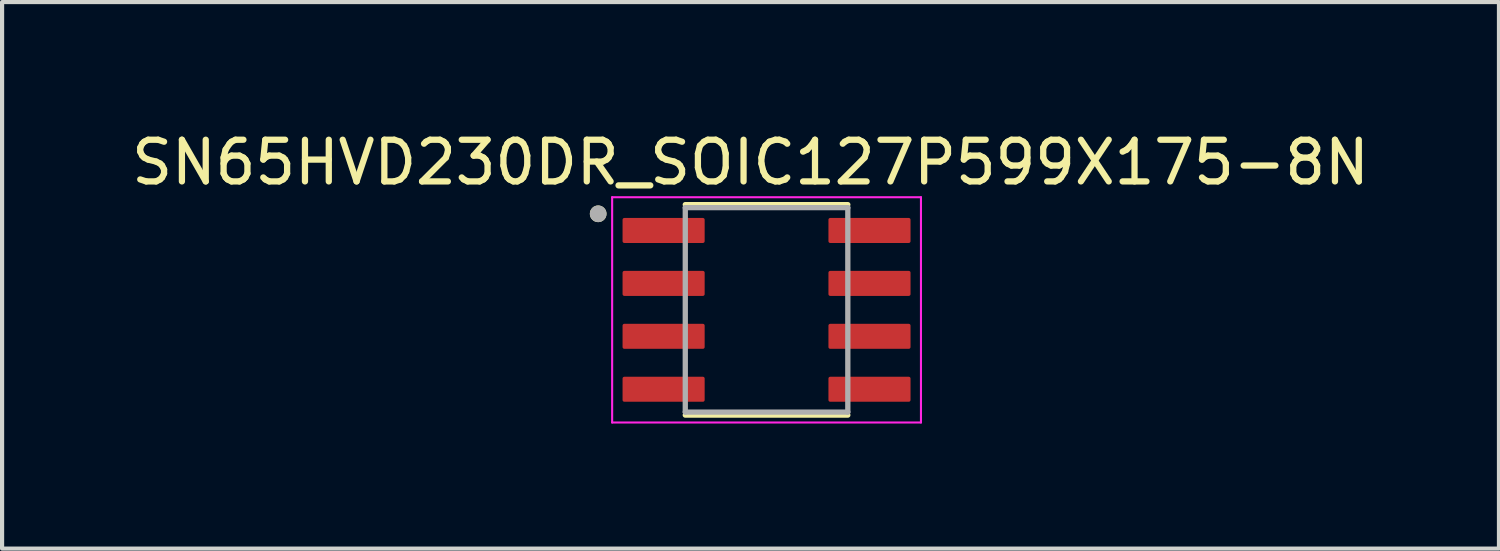
<source format=kicad_pcb>
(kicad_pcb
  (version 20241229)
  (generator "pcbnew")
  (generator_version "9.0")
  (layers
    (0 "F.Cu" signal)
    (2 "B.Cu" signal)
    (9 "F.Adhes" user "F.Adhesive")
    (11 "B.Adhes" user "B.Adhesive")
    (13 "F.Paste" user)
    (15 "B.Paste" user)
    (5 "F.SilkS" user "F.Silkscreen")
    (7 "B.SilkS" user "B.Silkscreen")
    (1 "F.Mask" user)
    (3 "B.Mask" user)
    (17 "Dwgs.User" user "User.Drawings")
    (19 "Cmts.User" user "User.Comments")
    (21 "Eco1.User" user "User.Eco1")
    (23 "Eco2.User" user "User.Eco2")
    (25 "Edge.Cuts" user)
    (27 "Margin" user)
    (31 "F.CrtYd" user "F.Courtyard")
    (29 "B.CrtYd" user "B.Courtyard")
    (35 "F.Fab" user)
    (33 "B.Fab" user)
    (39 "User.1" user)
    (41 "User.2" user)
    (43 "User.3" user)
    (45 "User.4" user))
  (footprint "SN65HVD230DR_SOIC127P599X175-8N"
    (layer "F.Cu")
    (at 15.343 4.385)
    (property "Reference" "SN65HVD230DR_SOIC127P599X175-8N" (at -0.385 -3.537 0) (layer "F.SilkS") (effects (font (size 1 1) (thickness 0.15))))
    (attr smd)
    (fp_line (start -1.95 -2.525) (end 1.95 -2.525) (stroke (width 0.127) (type solid)) (layer "F.SilkS"))
    (fp_line (start -1.95 2.525) (end 1.95 2.525) (stroke (width 0.127) (type solid)) (layer "F.SilkS"))
    (fp_circle (center -4.04 -2.305) (end -3.94 -2.305) (stroke (width 0.2) (type solid)) (fill no) (layer "F.SilkS"))
    (fp_line (start -3.705 -2.703) (end -3.705 2.703) (stroke (width 0.05) (type solid)) (layer "F.CrtYd"))
    (fp_line (start -3.705 -2.703) (end 3.705 -2.703) (stroke (width 0.05) (type solid)) (layer "F.CrtYd"))
    (fp_line (start -3.705 2.703) (end 3.705 2.703) (stroke (width 0.05) (type solid)) (layer "F.CrtYd"))
    (fp_line (start 3.705 -2.703) (end 3.705 2.703) (stroke (width 0.05) (type solid)) (layer "F.CrtYd"))
    (fp_line (start -1.95 -2.453) (end -1.95 2.453) (stroke (width 0.127) (type solid)) (layer "F.Fab"))
    (fp_line (start -1.95 -2.453) (end 1.95 -2.453) (stroke (width 0.127) (type solid)) (layer "F.Fab"))
    (fp_line (start -1.95 2.453) (end 1.95 2.453) (stroke (width 0.127) (type solid)) (layer "F.Fab"))
    (fp_line (start 1.95 -2.453) (end 1.95 2.453) (stroke (width 0.127) (type solid)) (layer "F.Fab"))
    (fp_circle (center -4.04 -2.305) (end -3.94 -2.305) (stroke (width 0.2) (type solid)) (fill no) (layer "F.Fab"))
    (pad "1" smd roundrect (at -2.47 -1.905) (size 1.97 0.6) (layers "F.Cu" "F.Mask" "F.Paste") (roundrect_rratio 0.07))
    (pad "2" smd roundrect (at -2.47 -0.635) (size 1.97 0.6) (layers "F.Cu" "F.Mask" "F.Paste") (roundrect_rratio 0.07))
    (pad "3" smd roundrect (at -2.47 0.635) (size 1.97 0.6) (layers "F.Cu" "F.Mask" "F.Paste") (roundrect_rratio 0.07))
    (pad "4" smd roundrect (at -2.47 1.905) (size 1.97 0.6) (layers "F.Cu" "F.Mask" "F.Paste") (roundrect_rratio 0.07))
    (pad "5" smd roundrect (at 2.47 1.905) (size 1.97 0.6) (layers "F.Cu" "F.Mask" "F.Paste") (roundrect_rratio 0.07))
    (pad "6" smd roundrect (at 2.47 0.635) (size 1.97 0.6) (layers "F.Cu" "F.Mask" "F.Paste") (roundrect_rratio 0.07))
    (pad "7" smd roundrect (at 2.47 -0.635) (size 1.97 0.6) (layers "F.Cu" "F.Mask" "F.Paste") (roundrect_rratio 0.07))
    (pad "8" smd roundrect (at 2.47 -1.905) (size 1.97 0.6) (layers "F.Cu" "F.Mask" "F.Paste") (roundrect_rratio 0.07)))
  (gr_rect
    (start -3 -3)
    (end 32.917 10.113)
    (stroke (width 0.1) (type default))
    (fill no)
    (layer "Edge.Cuts")))
</source>
